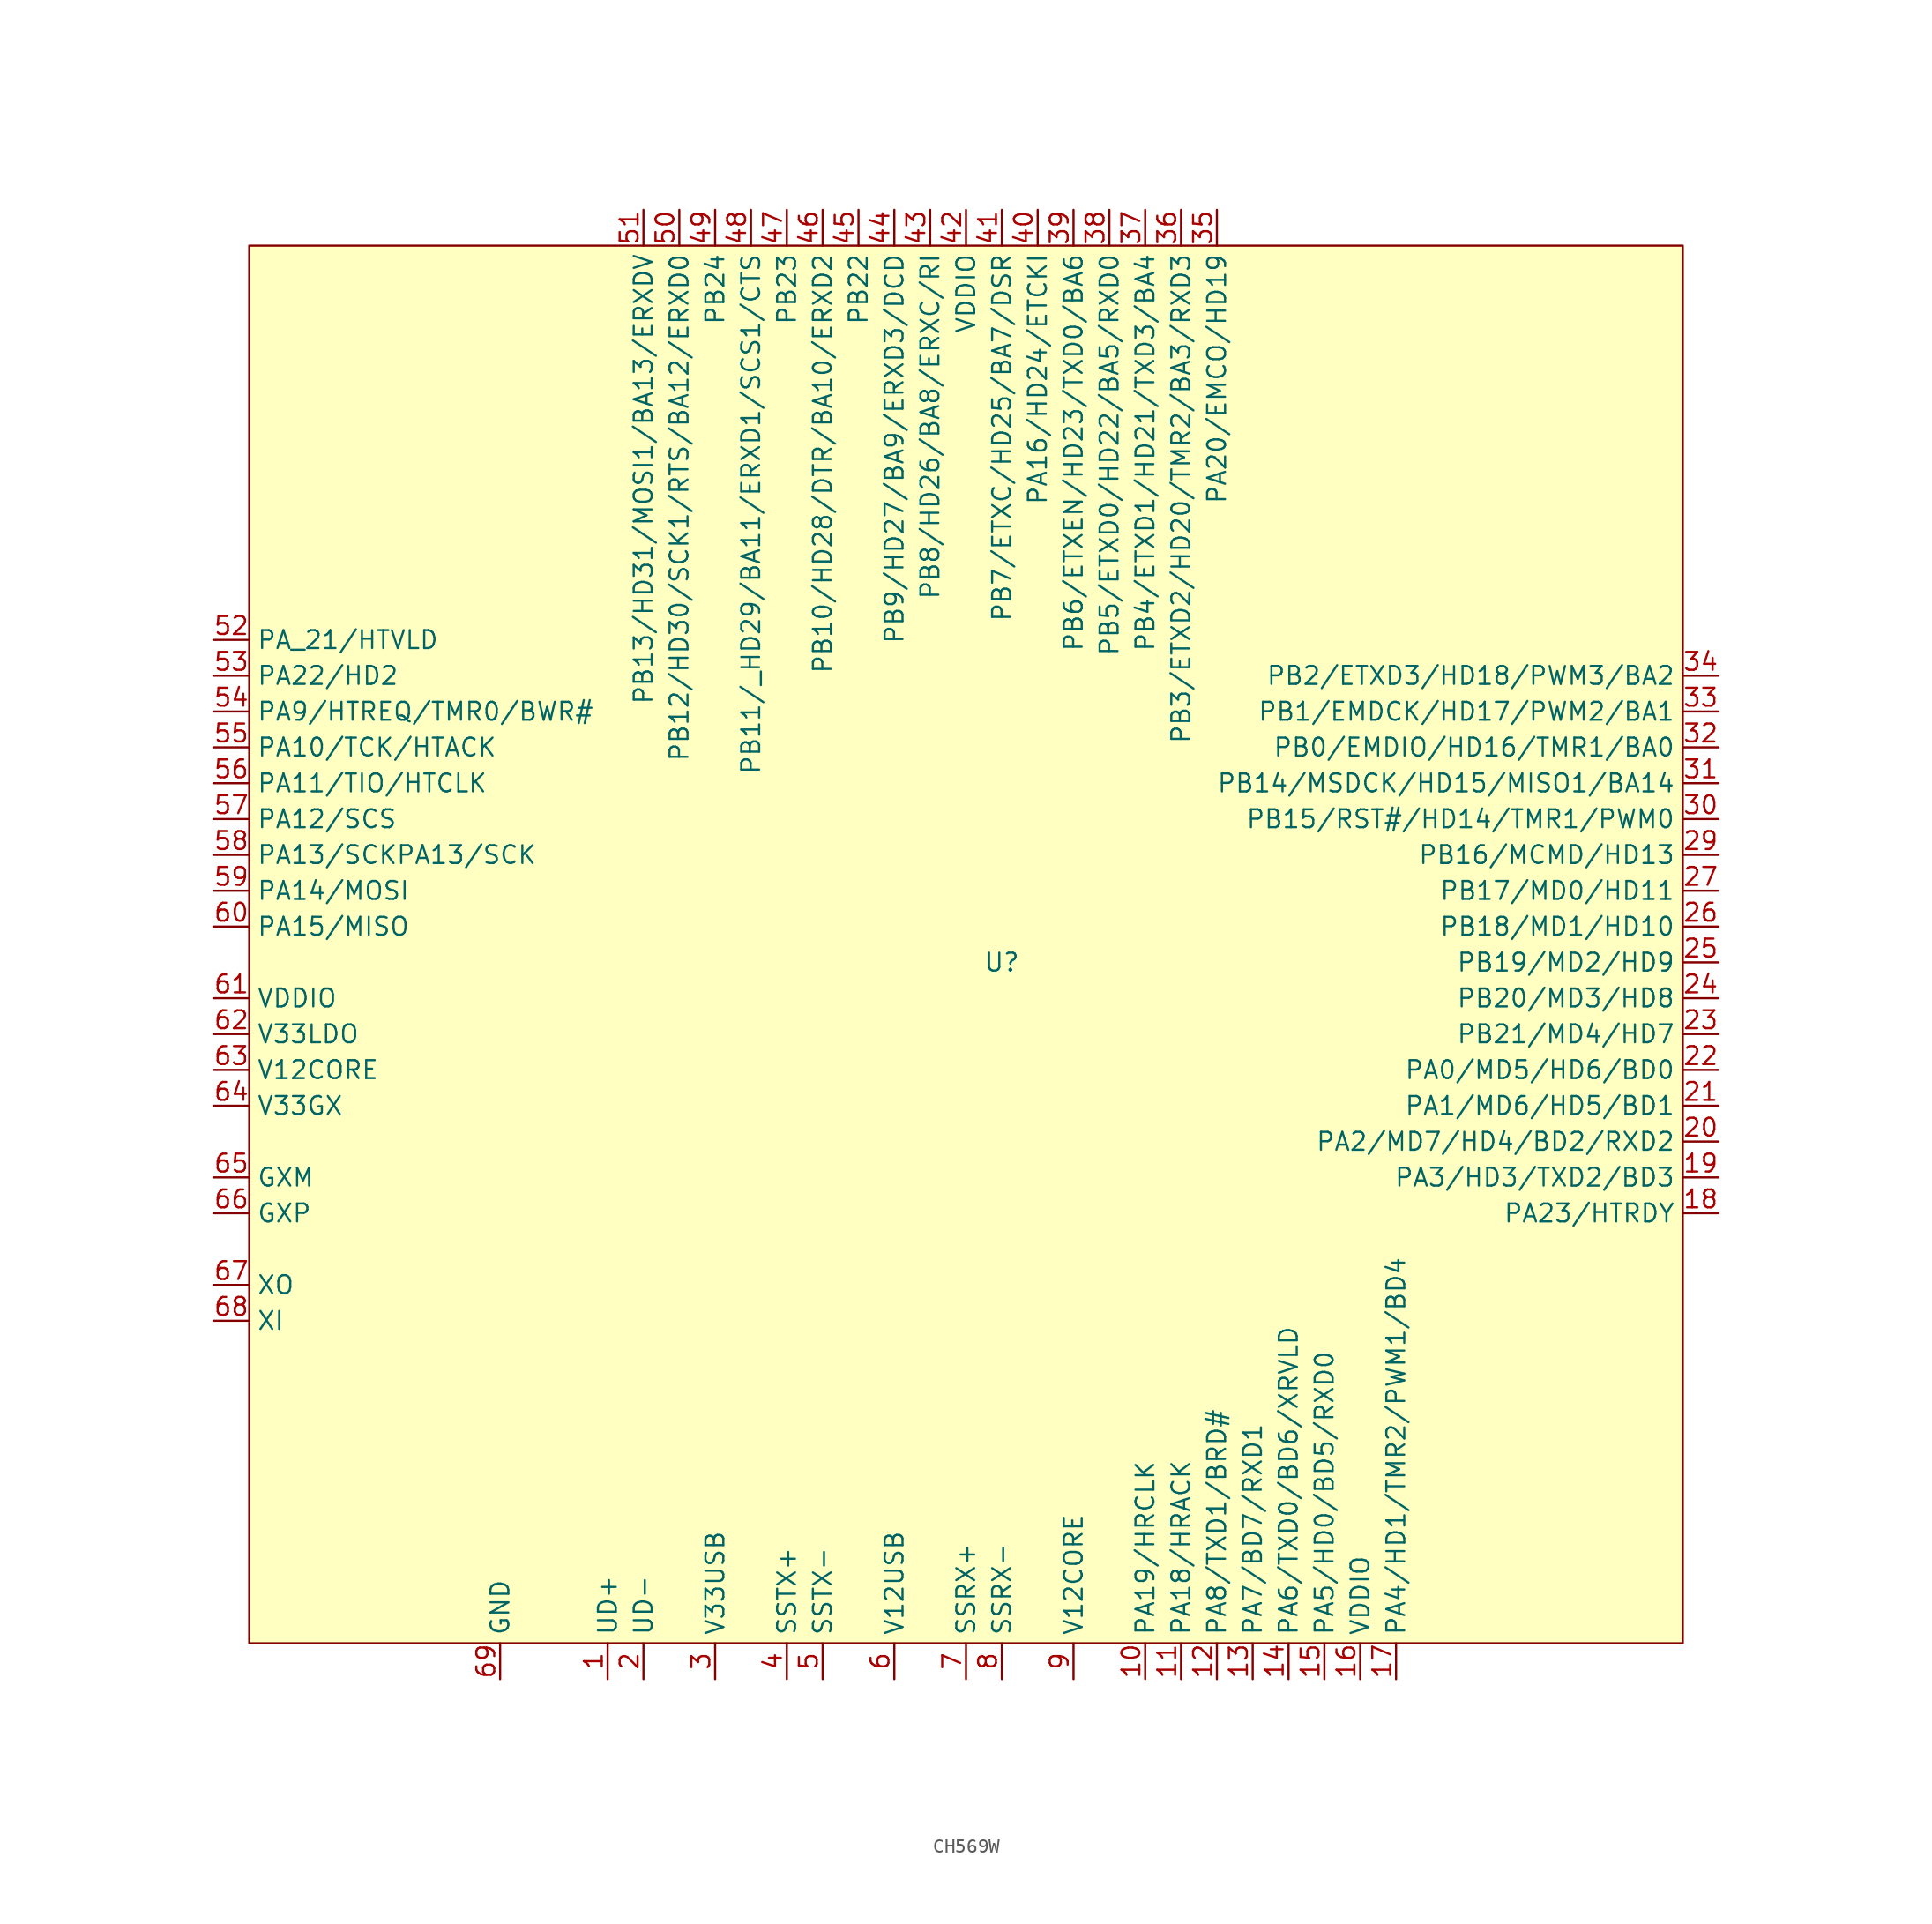
<source format=kicad_sym>
(kicad_symbol_lib
  (version 20230620)
  (generator kicad_symbol_editor)
  (symbol "CH569W"
    (property "Reference" "U"
      (at 0 0 0)
      (effects (font (size 1.27 1.27))))
    (property "Value" ""
      (at -10.16 -35.56 0)
      (effects (font (size 1.27 1.27))))
    (symbol "CH569W_1_1"
      (rectangle (start -53.34 50.8) (end 48.26 -48.26) (stroke (width 0) (type default)) (fill (type background)))
      (pin bidirectional line (at -27.94 -50.8 90) (length 2.54) (name "UD+" (effects (font (size 1.27 1.27)))) (number "1" (effects (font (size 1.27 1.27)))))
      (pin bidirectional line (at 10.16 -50.8 90) (length 2.54) (name "PA19/HRCLK" (effects (font (size 1.27 1.27)))) (number "10" (effects (font (size 1.27 1.27)))))
      (pin bidirectional line (at 12.7 -50.8 90) (length 2.54) (name "PA18/HRACK" (effects (font (size 1.27 1.27)))) (number "11" (effects (font (size 1.27 1.27)))))
      (pin bidirectional line (at 15.24 -50.8 90) (length 2.54) (name "PA8/TXD1/BRD#" (effects (font (size 1.27 1.27)))) (number "12" (effects (font (size 1.27 1.27)))))
      (pin bidirectional line (at 17.78 -50.8 90) (length 2.54) (name "PA7/BD7/RXD1" (effects (font (size 1.27 1.27)))) (number "13" (effects (font (size 1.27 1.27)))))
      (pin bidirectional line (at 20.32 -50.8 90) (length 2.54) (name "PA6/TXD0/BD6/XRVLD" (effects (font (size 1.27 1.27)))) (number "14" (effects (font (size 1.27 1.27)))))
      (pin bidirectional line (at 22.86 -50.8 90) (length 2.54) (name "PA5/HD0/BD5/RXD0" (effects (font (size 1.27 1.27)))) (number "15" (effects (font (size 1.27 1.27)))))
      (pin power_in line (at 25.4 -50.8 90) (length 2.54) (name "VDDIO" (effects (font (size 1.27 1.27)))) (number "16" (effects (font (size 1.27 1.27)))))
      (pin bidirectional line (at 27.94 -50.8 90) (length 2.54) (name "PA4/HD1/TMR2/PWM1/BD4" (effects (font (size 1.27 1.27)))) (number "17" (effects (font (size 1.27 1.27)))))
      (pin bidirectional line (at 50.8 -17.78 180) (length 2.54) (name "PA23/HTRDY" (effects (font (size 1.27 1.27)))) (number "18" (effects (font (size 1.27 1.27)))))
      (pin bidirectional line (at 50.8 -15.24 180) (length 2.54) (name "PA3/HD3/TXD2/BD3" (effects (font (size 1.27 1.27)))) (number "19" (effects (font (size 1.27 1.27)))))
      (pin bidirectional line (at -25.4 -50.8 90) (length 2.54) (name "UD-" (effects (font (size 1.27 1.27)))) (number "2" (effects (font (size 1.27 1.27)))))
      (pin bidirectional line (at 50.8 -12.7 180) (length 2.54) (name "PA2/MD7/HD4/BD2/RXD2" (effects (font (size 1.27 1.27)))) (number "20" (effects (font (size 1.27 1.27)))))
      (pin bidirectional line (at 50.8 -10.16 180) (length 2.54) (name "PA1/MD6/HD5/BD1" (effects (font (size 1.27 1.27)))) (number "21" (effects (font (size 1.27 1.27)))))
      (pin bidirectional line (at 50.8 -7.62 180) (length 2.54) (name "PA0/MD5/HD6/BD0" (effects (font (size 1.27 1.27)))) (number "22" (effects (font (size 1.27 1.27)))))
      (pin bidirectional line (at 50.8 -5.08 180) (length 2.54) (name "PB21/MD4/HD7" (effects (font (size 1.27 1.27)))) (number "23" (effects (font (size 1.27 1.27)))))
      (pin bidirectional line (at 50.8 -2.54 180) (length 2.54) (name "PB20/MD3/HD8" (effects (font (size 1.27 1.27)))) (number "24" (effects (font (size 1.27 1.27)))))
      (pin bidirectional line (at 50.8 0 180) (length 2.54) (name "PB19/MD2/HD9" (effects (font (size 1.27 1.27)))) (number "25" (effects (font (size 1.27 1.27)))))
      (pin bidirectional line (at 50.8 2.54 180) (length 2.54) (name "PB18/MD1/HD10" (effects (font (size 1.27 1.27)))) (number "26" (effects (font (size 1.27 1.27)))))
      (pin bidirectional line (at 50.8 5.08 180) (length 2.54) (name "PB17/MD0/HD11" (effects (font (size 1.27 1.27)))) (number "27" (effects (font (size 1.27 1.27)))))
      (pin bidirectional line (at 50.8 7.62 180) (length 2.54) (name "PB16/MCMD/HD13" (effects (font (size 1.27 1.27)))) (number "29" (effects (font (size 1.27 1.27)))))
      (pin power_in line (at -20.32 -50.8 90) (length 2.54) (name "V33USB" (effects (font (size 1.27 1.27)))) (number "3" (effects (font (size 1.27 1.27)))))
      (pin bidirectional line (at 50.8 10.16 180) (length 2.54) (name "PB15/RST#/HD14/TMR1/PWM0" (effects (font (size 1.27 1.27)))) (number "30" (effects (font (size 1.27 1.27)))))
      (pin bidirectional line (at 50.8 12.7 180) (length 2.54) (name "PB14/MSDCK/HD15/MISO1/BA14" (effects (font (size 1.27 1.27)))) (number "31" (effects (font (size 1.27 1.27)))))
      (pin bidirectional line (at 50.8 15.24 180) (length 2.54) (name "PB0/EMDIO/HD16/TMR1/BA0" (effects (font (size 1.27 1.27)))) (number "32" (effects (font (size 1.27 1.27)))))
      (pin bidirectional line (at 50.8 17.78 180) (length 2.54) (name "PB1/EMDCK/HD17/PWM2/BA1" (effects (font (size 1.27 1.27)))) (number "33" (effects (font (size 1.27 1.27)))))
      (pin bidirectional line (at 50.8 20.32 180) (length 2.54) (name "PB2/ETXD3/HD18/PWM3/BA2" (effects (font (size 1.27 1.27)))) (number "34" (effects (font (size 1.27 1.27)))))
      (pin bidirectional line (at 15.24 53.34 270) (length 2.54) (name "PA20/EMCO/HD19" (effects (font (size 1.27 1.27)))) (number "35" (effects (font (size 1.27 1.27)))))
      (pin bidirectional line (at 12.7 53.34 270) (length 2.54) (name "PB3/ETXD2/HD20/TMR2/BA3/RXD3" (effects (font (size 1.27 1.27)))) (number "36" (effects (font (size 1.27 1.27)))))
      (pin bidirectional line (at 10.16 53.34 270) (length 2.54) (name "PB4/ETXD1/HD21/TXD3/BA4" (effects (font (size 1.27 1.27)))) (number "37" (effects (font (size 1.27 1.27)))))
      (pin bidirectional line (at 7.62 53.34 270) (length 2.54) (name "PB5/ETXD0/HD22/BA5/RXD0" (effects (font (size 1.27 1.27)))) (number "38" (effects (font (size 1.27 1.27)))))
      (pin bidirectional line (at 5.08 53.34 270) (length 2.54) (name "PB6/ETXEN/HD23/TXD0/BA6" (effects (font (size 1.27 1.27)))) (number "39" (effects (font (size 1.27 1.27)))))
      (pin bidirectional line (at -15.24 -50.8 90) (length 2.54) (name "SSTX+" (effects (font (size 1.27 1.27)))) (number "4" (effects (font (size 1.27 1.27)))))
      (pin bidirectional line (at 2.54 53.34 270) (length 2.54) (name "PA16/HD24/ETCKI" (effects (font (size 1.27 1.27)))) (number "40" (effects (font (size 1.27 1.27)))))
      (pin bidirectional line (at 0 53.34 270) (length 2.54) (name "PB7/ETXC/HD25/BA7/DSR" (effects (font (size 1.27 1.27)))) (number "41" (effects (font (size 1.27 1.27)))))
      (pin power_in line (at -2.54 53.34 270) (length 2.54) (name "VDDIO" (effects (font (size 1.27 1.27)))) (number "42" (effects (font (size 1.27 1.27)))))
      (pin bidirectional line (at -5.08 53.34 270) (length 2.54) (name "PB8/HD26/BA8/ERXC/RI" (effects (font (size 1.27 1.27)))) (number "43" (effects (font (size 1.27 1.27)))))
      (pin bidirectional line (at -7.62 53.34 270) (length 2.54) (name "PB9/HD27/BA9/ERXD3/DCD" (effects (font (size 1.27 1.27)))) (number "44" (effects (font (size 1.27 1.27)))))
      (pin bidirectional line (at -10.16 53.34 270) (length 2.54) (name "PB22" (effects (font (size 1.27 1.27)))) (number "45" (effects (font (size 1.27 1.27)))))
      (pin bidirectional line (at -12.7 53.34 270) (length 2.54) (name "PB10/HD28/DTR/BA10/ERXD2" (effects (font (size 1.27 1.27)))) (number "46" (effects (font (size 1.27 1.27)))))
      (pin bidirectional line (at -15.24 53.34 270) (length 2.54) (name "PB23" (effects (font (size 1.27 1.27)))) (number "47" (effects (font (size 1.27 1.27)))))
      (pin bidirectional line (at -17.78 53.34 270) (length 2.54) (name "PB11/_HD29/BA11/ERXD1/SCS1/CTS" (effects (font (size 1.27 1.27)))) (number "48" (effects (font (size 1.27 1.27)))))
      (pin bidirectional line (at -20.32 53.34 270) (length 2.54) (name "PB24" (effects (font (size 1.27 1.27)))) (number "49" (effects (font (size 1.27 1.27)))))
      (pin bidirectional line (at -12.7 -50.8 90) (length 2.54) (name "SSTX-" (effects (font (size 1.27 1.27)))) (number "5" (effects (font (size 1.27 1.27)))))
      (pin bidirectional line (at -22.86 53.34 270) (length 2.54) (name "PB12/HD30/SCK1/RTS/BA12/ERXD0" (effects (font (size 1.27 1.27)))) (number "50" (effects (font (size 1.27 1.27)))))
      (pin bidirectional line (at -25.4 53.34 270) (length 2.54) (name "PB13/HD31/MOSI1/BA13/ERXDV" (effects (font (size 1.27 1.27)))) (number "51" (effects (font (size 1.27 1.27)))))
      (pin bidirectional line (at -55.88 22.86 0) (length 2.54) (name "PA_21/HTVLD" (effects (font (size 1.27 1.27)))) (number "52" (effects (font (size 1.27 1.27)))))
      (pin bidirectional line (at -55.88 20.32 0) (length 2.54) (name "PA22/HD2" (effects (font (size 1.27 1.27)))) (number "53" (effects (font (size 1.27 1.27)))))
      (pin bidirectional line (at -55.88 17.78 0) (length 2.54) (name "PA9/HTREQ/TMR0/BWR#" (effects (font (size 1.27 1.27)))) (number "54" (effects (font (size 1.27 1.27)))))
      (pin bidirectional line (at -55.88 15.24 0) (length 2.54) (name "PA10/TCK/HTACK" (effects (font (size 1.27 1.27)))) (number "55" (effects (font (size 1.27 1.27)))))
      (pin bidirectional line (at -55.88 12.7 0) (length 2.54) (name "PA11/TIO/HTCLK" (effects (font (size 1.27 1.27)))) (number "56" (effects (font (size 1.27 1.27)))))
      (pin bidirectional line (at -55.88 10.16 0) (length 2.54) (name "PA12/SCS" (effects (font (size 1.27 1.27)))) (number "57" (effects (font (size 1.27 1.27)))))
      (pin bidirectional line (at -55.88 7.62 0) (length 2.54) (name "PA13/SCKPA13/SCK" (effects (font (size 1.27 1.27)))) (number "58" (effects (font (size 1.27 1.27)))))
      (pin bidirectional line (at -55.88 5.08 0) (length 2.54) (name "PA14/MOSI" (effects (font (size 1.27 1.27)))) (number "59" (effects (font (size 1.27 1.27)))))
      (pin power_in line (at -7.62 -50.8 90) (length 2.54) (name "V12USB" (effects (font (size 1.27 1.27)))) (number "6" (effects (font (size 1.27 1.27)))))
      (pin bidirectional line (at -55.88 2.54 0) (length 2.54) (name "PA15/MISO" (effects (font (size 1.27 1.27)))) (number "60" (effects (font (size 1.27 1.27)))))
      (pin power_in line (at -55.88 -2.54 0) (length 2.54) (name "VDDIO" (effects (font (size 1.27 1.27)))) (number "61" (effects (font (size 1.27 1.27)))))
      (pin power_in line (at -55.88 -5.08 0) (length 2.54) (name "V33LDO" (effects (font (size 1.27 1.27)))) (number "62" (effects (font (size 1.27 1.27)))))
      (pin power_in line (at -55.88 -7.62 0) (length 2.54) (name "V12CORE" (effects (font (size 1.27 1.27)))) (number "63" (effects (font (size 1.27 1.27)))))
      (pin bidirectional line (at -55.88 -10.16 0) (length 2.54) (name "V33GX" (effects (font (size 1.27 1.27)))) (number "64" (effects (font (size 1.27 1.27)))))
      (pin bidirectional line (at -55.88 -15.24 0) (length 2.54) (name "GXM" (effects (font (size 1.27 1.27)))) (number "65" (effects (font (size 1.27 1.27)))))
      (pin bidirectional line (at -55.88 -17.78 0) (length 2.54) (name "GXP" (effects (font (size 1.27 1.27)))) (number "66" (effects (font (size 1.27 1.27)))))
      (pin bidirectional line (at -55.88 -22.86 0) (length 2.54) (name "XO" (effects (font (size 1.27 1.27)))) (number "67" (effects (font (size 1.27 1.27)))))
      (pin bidirectional line (at -55.88 -25.4 0) (length 2.54) (name "XI" (effects (font (size 1.27 1.27)))) (number "68" (effects (font (size 1.27 1.27)))))
      (pin power_in line (at -35.56 -50.8 90) (length 2.54) (name "GND" (effects (font (size 1.27 1.27)))) (number "69" (effects (font (size 1.27 1.27)))))
      (pin bidirectional line (at -2.54 -50.8 90) (length 2.54) (name "SSRX+" (effects (font (size 1.27 1.27)))) (number "7" (effects (font (size 1.27 1.27)))))
      (pin bidirectional line (at 0 -50.8 90) (length 2.54) (name "SSRX-" (effects (font (size 1.27 1.27)))) (number "8" (effects (font (size 1.27 1.27)))))
      (pin power_in line (at 5.08 -50.8 90) (length 2.54) (name "V12CORE" (effects (font (size 1.27 1.27)))) (number "9" (effects (font (size 1.27 1.27))))))))
</source>
